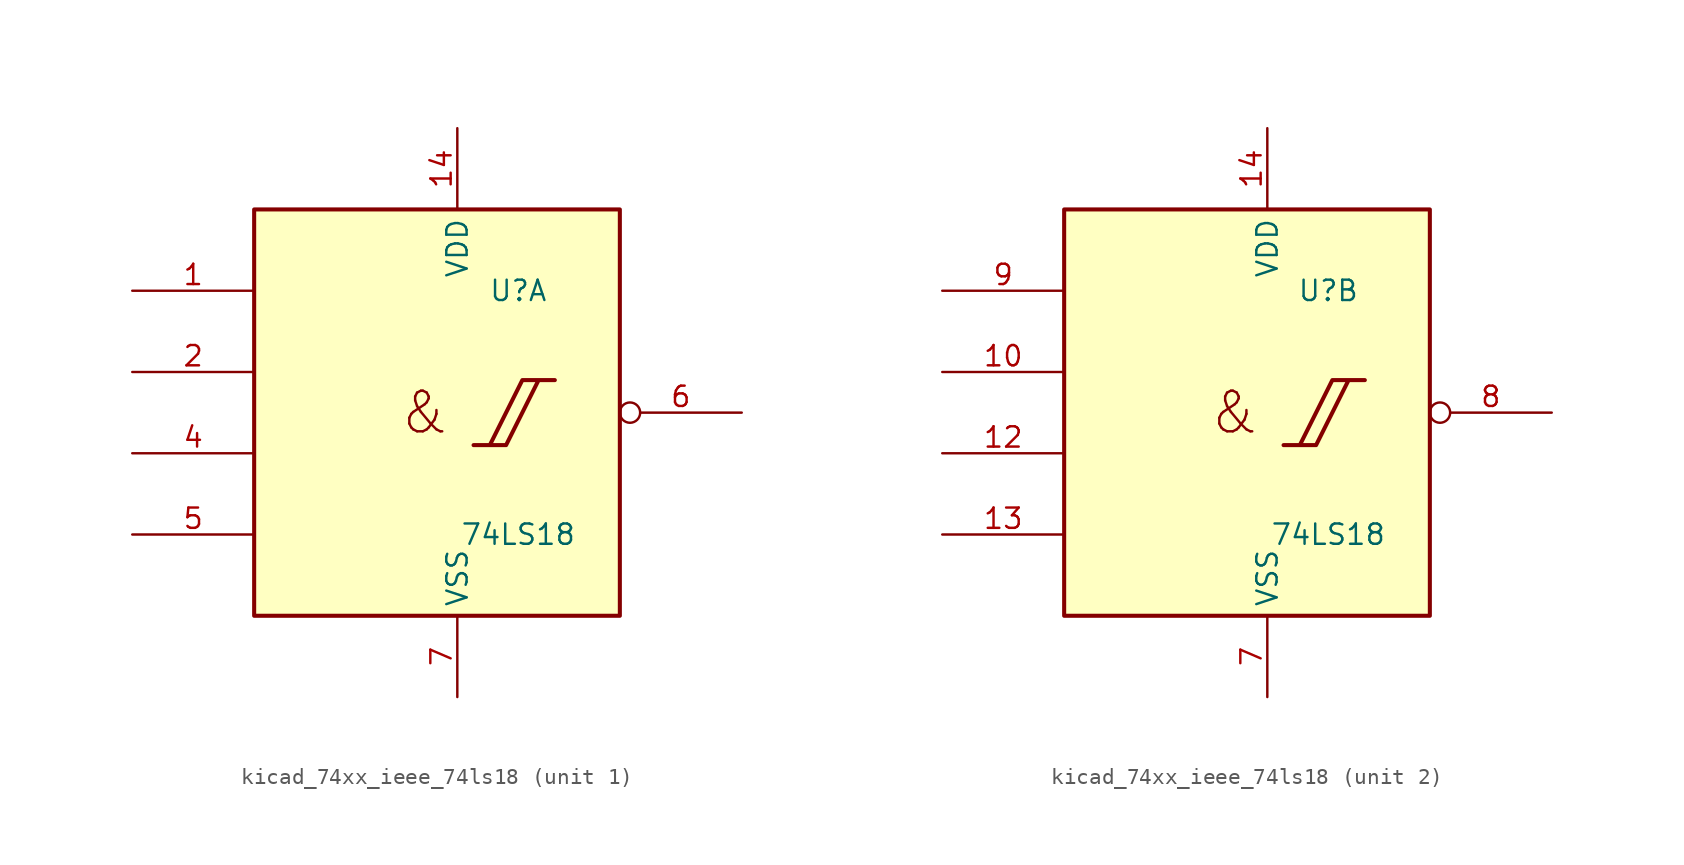
<source format=kicad_sym>
(kicad_symbol_lib
  (version 20220914)
  (generator kicad_symbol_editor)
  (symbol "kicad_74xx_ieee_74ls18"
    (property "Reference" "U"
      (at 3.81 7.62 0)
      (effects (font (size 1.27 1.27))))
    (property "Value" "74LS18"
      (at 3.81 -7.62 0)
      (effects (font (size 1.27 1.27))))
    (symbol "kicad_74xx_ieee_74ls18_0_0"
      (polyline (pts (xy 1.016 -2.032) (xy 3.048 -2.032) (xy 5.08 2.032) (xy 6.096 2.032) (xy 4.064 2.032) (xy 2.032 -2.032) (xy 2.032 -2.032)) (stroke (width 0.254) (type default)) (fill (type background)))
      (text "&" (at -2.032 0 0) (effects (font (size 2.54 2.54)))))
    (symbol "kicad_74xx_ieee_74ls18_0_1"
      (rectangle (start -12.7 12.7) (end 10.16 -12.7) (stroke (width 0.254) (type default)) (fill (type background)))
      (pin power_in line (at 0 17.78 270) (length 5.08) (name "VDD" (effects (font (size 1.27 1.27)))) (number "14" (effects (font (size 1.27 1.27)))))
      (pin power_in line (at 0 -17.78 90) (length 5.08) (name "VSS" (effects (font (size 1.27 1.27)))) (number "7" (effects (font (size 1.27 1.27))))))
    (symbol "kicad_74xx_ieee_74ls18_1_1"
      (pin input line (at -20.32 7.62 0) (length 7.62) (name "~" (effects (font (size 1.27 1.27)))) (number "1" (effects (font (size 1.27 1.27)))))
      (pin input line (at -20.32 2.54 0) (length 7.62) (name "~" (effects (font (size 1.27 1.27)))) (number "2" (effects (font (size 1.27 1.27)))))
      (pin input line (at -20.32 -2.54 0) (length 7.62) (name "~" (effects (font (size 1.27 1.27)))) (number "4" (effects (font (size 1.27 1.27)))))
      (pin input line (at -20.32 -7.62 0) (length 7.62) (name "~" (effects (font (size 1.27 1.27)))) (number "5" (effects (font (size 1.27 1.27)))))
      (pin output inverted (at 17.78 0 180) (length 7.62) (name "~" (effects (font (size 1.27 1.27)))) (number "6" (effects (font (size 1.27 1.27))))))
    (symbol "kicad_74xx_ieee_74ls18_2_1"
      (pin input line (at -20.32 2.54 0) (length 7.62) (name "~" (effects (font (size 1.27 1.27)))) (number "10" (effects (font (size 1.27 1.27)))))
      (pin input line (at -20.32 -2.54 0) (length 7.62) (name "~" (effects (font (size 1.27 1.27)))) (number "12" (effects (font (size 1.27 1.27)))))
      (pin input line (at -20.32 -7.62 0) (length 7.62) (name "~" (effects (font (size 1.27 1.27)))) (number "13" (effects (font (size 1.27 1.27)))))
      (pin output inverted (at 17.78 0 180) (length 7.62) (name "~" (effects (font (size 1.27 1.27)))) (number "8" (effects (font (size 1.27 1.27)))))
      (pin input line (at -20.32 7.62 0) (length 7.62) (name "~" (effects (font (size 1.27 1.27)))) (number "9" (effects (font (size 1.27 1.27))))))))
</source>
